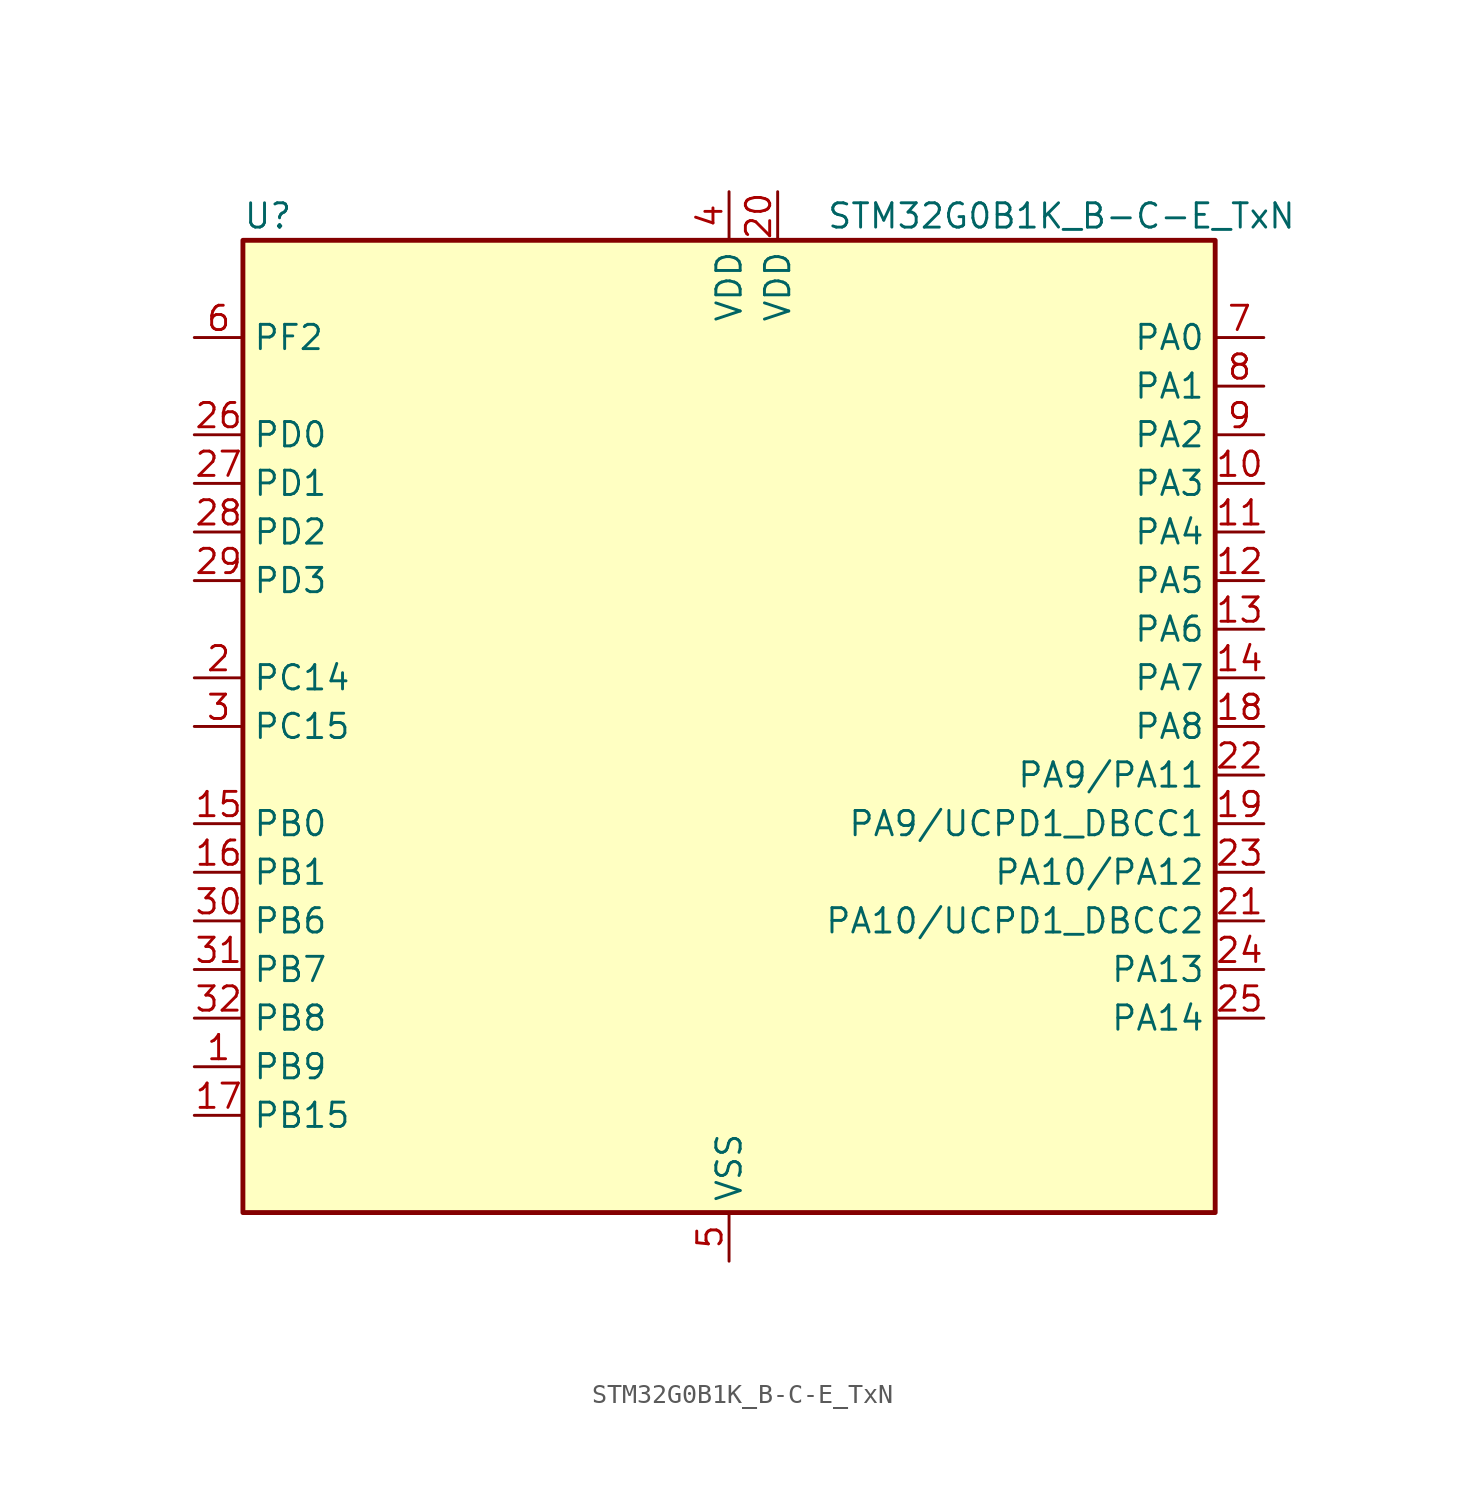
<source format=kicad_sym>
(kicad_symbol_lib
  (version 20231120)
  (generator "kicad-library-utils")
  (generator_version "8.0")
  (symbol "STM32G0B1K_B-C-E_TxN"
    (property "Reference" "U"
      (at -25.4 26.67 0)
      (effects (font (size 1.27 1.27)) (justify left)))
    (property "Value" "STM32G0B1K_B-C-E_TxN"
      (at 5.08 26.67 0)
      (effects (font (size 1.27 1.27)) (justify left)))
    (symbol "STM32G0B1K_B-C-E_TxN_0_1"
      (rectangle (start -25.4 -25.4) (end 25.4 25.4) (stroke (width 0.254) (type default)) (fill (type background))))
    (symbol "STM32G0B1K_B-C-E_TxN_1_1"
      (pin bidirectional line (at -27.94 -17.78 0) (length 2.54) (name "PB9" (effects (font (size 1.27 1.27)))) (number "1" (effects (font (size 1.27 1.27)))) (alternate "DAC1_EXTI9" bidirectional line) (alternate "FDCAN1_TX" bidirectional line) (alternate "I2C1_SDA" bidirectional line) (alternate "I2S2_WS" bidirectional line) (alternate "IR_OUT" bidirectional line) (alternate "SPI2_NSS" bidirectional line) (alternate "TIM17_CH1" bidirectional line) (alternate "TIM4_CH4" bidirectional line) (alternate "UCPD2_FRSTX1" bidirectional line) (alternate "UCPD2_FRSTX2" bidirectional line) (alternate "USART3_RX" bidirectional line) (alternate "USART6_RX" bidirectional line))
      (pin bidirectional line (at 27.94 12.7 180) (length 2.54) (name "PA3" (effects (font (size 1.27 1.27)))) (number "10" (effects (font (size 1.27 1.27)))) (alternate "ADC1_IN3" bidirectional line) (alternate "COMP2_INP" bidirectional line) (alternate "I2S2_MCK" bidirectional line) (alternate "LPUART1_RX" bidirectional line) (alternate "SPI2_MISO" bidirectional line) (alternate "TIM15_CH2" bidirectional line) (alternate "TIM2_CH4" bidirectional line) (alternate "UCPD2_FRSTX1" bidirectional line) (alternate "UCPD2_FRSTX2" bidirectional line) (alternate "USART2_RX" bidirectional line))
      (pin bidirectional line (at 27.94 10.16 180) (length 2.54) (name "PA4" (effects (font (size 1.27 1.27)))) (number "11" (effects (font (size 1.27 1.27)))) (alternate "ADC1_IN4" bidirectional line) (alternate "DAC1_OUT1" bidirectional line) (alternate "I2S1_WS" bidirectional line) (alternate "I2S2_SD" bidirectional line) (alternate "LPTIM2_OUT" bidirectional line) (alternate "RTC_OUT1" bidirectional line) (alternate "RTC_TAMP_IN1" bidirectional line) (alternate "RTC_TS" bidirectional line) (alternate "SPI1_NSS" bidirectional line) (alternate "SPI2_MOSI" bidirectional line) (alternate "SYS_WKUP2" bidirectional line) (alternate "TIM14_CH1" bidirectional line) (alternate "UCPD2_FRSTX1" bidirectional line) (alternate "UCPD2_FRSTX2" bidirectional line) (alternate "USART6_TX" bidirectional line) (alternate "USB_NOE" bidirectional line))
      (pin bidirectional line (at 27.94 7.62 180) (length 2.54) (name "PA5" (effects (font (size 1.27 1.27)))) (number "12" (effects (font (size 1.27 1.27)))) (alternate "ADC1_IN5" bidirectional line) (alternate "CEC" bidirectional line) (alternate "DAC1_OUT2" bidirectional line) (alternate "I2S1_CK" bidirectional line) (alternate "LPTIM2_ETR" bidirectional line) (alternate "SPI1_SCK" bidirectional line) (alternate "TIM2_CH1" bidirectional line) (alternate "TIM2_ETR" bidirectional line) (alternate "UCPD1_FRSTX1" bidirectional line) (alternate "UCPD1_FRSTX2" bidirectional line) (alternate "USART3_TX" bidirectional line) (alternate "USART6_RX" bidirectional line))
      (pin bidirectional line (at 27.94 5.08 180) (length 2.54) (name "PA6" (effects (font (size 1.27 1.27)))) (number "13" (effects (font (size 1.27 1.27)))) (alternate "ADC1_IN6" bidirectional line) (alternate "COMP1_OUT" bidirectional line) (alternate "I2C2_SDA" bidirectional line) (alternate "I2C3_SDA" bidirectional line) (alternate "I2S1_MCK" bidirectional line) (alternate "LPUART1_CTS" bidirectional line) (alternate "SPI1_MISO" bidirectional line) (alternate "TIM16_CH1" bidirectional line) (alternate "TIM1_BK" bidirectional line) (alternate "TIM3_CH1" bidirectional line) (alternate "USART3_CTS" bidirectional line) (alternate "USART3_NSS" bidirectional line) (alternate "USART6_CTS" bidirectional line) (alternate "USART6_NSS" bidirectional line))
      (pin bidirectional line (at 27.94 2.54 180) (length 2.54) (name "PA7" (effects (font (size 1.27 1.27)))) (number "14" (effects (font (size 1.27 1.27)))) (alternate "ADC1_IN7" bidirectional line) (alternate "COMP2_OUT" bidirectional line) (alternate "I2C2_SCL" bidirectional line) (alternate "I2C3_SCL" bidirectional line) (alternate "I2S1_SD" bidirectional line) (alternate "SPI1_MOSI" bidirectional line) (alternate "TIM14_CH1" bidirectional line) (alternate "TIM17_CH1" bidirectional line) (alternate "TIM1_CH1N" bidirectional line) (alternate "TIM3_CH2" bidirectional line) (alternate "UCPD1_FRSTX1" bidirectional line) (alternate "UCPD1_FRSTX2" bidirectional line) (alternate "USART6_CK" bidirectional line) (alternate "USART6_DE" bidirectional line) (alternate "USART6_RTS" bidirectional line))
      (pin bidirectional line (at -27.94 -5.08 0) (length 2.54) (name "PB0" (effects (font (size 1.27 1.27)))) (number "15" (effects (font (size 1.27 1.27)))) (alternate "ADC1_IN8" bidirectional line) (alternate "COMP1_OUT" bidirectional line) (alternate "COMP3_INP" bidirectional line) (alternate "FDCAN2_RX" bidirectional line) (alternate "I2S1_WS" bidirectional line) (alternate "LPTIM1_OUT" bidirectional line) (alternate "LPUART2_CTS" bidirectional line) (alternate "SPI1_NSS" bidirectional line) (alternate "TIM1_CH2N" bidirectional line) (alternate "TIM3_CH3" bidirectional line) (alternate "UCPD1_FRSTX1" bidirectional line) (alternate "UCPD1_FRSTX2" bidirectional line) (alternate "USART3_RX" bidirectional line) (alternate "USART5_TX" bidirectional line))
      (pin bidirectional line (at -27.94 -7.62 0) (length 2.54) (name "PB1" (effects (font (size 1.27 1.27)))) (number "16" (effects (font (size 1.27 1.27)))) (alternate "ADC1_IN9" bidirectional line) (alternate "COMP1_INM" bidirectional line) (alternate "COMP3_OUT" bidirectional line) (alternate "FDCAN2_TX" bidirectional line) (alternate "LPTIM2_IN1" bidirectional line) (alternate "LPUART1_DE" bidirectional line) (alternate "LPUART1_RTS" bidirectional line) (alternate "LPUART2_DE" bidirectional line) (alternate "LPUART2_RTS" bidirectional line) (alternate "TIM14_CH1" bidirectional line) (alternate "TIM1_CH3N" bidirectional line) (alternate "TIM3_CH4" bidirectional line) (alternate "USART3_CK" bidirectional line) (alternate "USART3_DE" bidirectional line) (alternate "USART3_RTS" bidirectional line) (alternate "USART5_RX" bidirectional line))
      (pin bidirectional line (at -27.94 -20.32 0) (length 2.54) (name "PB15" (effects (font (size 1.27 1.27)))) (number "17" (effects (font (size 1.27 1.27)))) (alternate "I2S2_SD" bidirectional line) (alternate "RTC_REFIN" bidirectional line) (alternate "SPI2_MOSI" bidirectional line) (alternate "TIM15_CH1N" bidirectional line) (alternate "TIM15_CH2" bidirectional line) (alternate "TIM1_CH3N" bidirectional line) (alternate "UCPD1_CC2" bidirectional line) (alternate "USART6_CTS" bidirectional line) (alternate "USART6_NSS" bidirectional line))
      (pin bidirectional line (at 27.94 0 180) (length 2.54) (name "PA8" (effects (font (size 1.27 1.27)))) (number "18" (effects (font (size 1.27 1.27)))) (alternate "CRS1_SYNC" bidirectional line) (alternate "I2C2_SMBA" bidirectional line) (alternate "I2S2_WS" bidirectional line) (alternate "LPTIM2_OUT" bidirectional line) (alternate "RCC_MCO" bidirectional line) (alternate "SPI2_NSS" bidirectional line) (alternate "TIM1_CH1" bidirectional line) (alternate "UCPD1_CC1" bidirectional line))
      (pin bidirectional line (at 27.94 -5.08 180) (length 2.54) (name "PA9/UCPD1_DBCC1" (effects (font (size 1.27 1.27)))) (number "19" (effects (font (size 1.27 1.27)))) (alternate "PA9" bidirectional line) (alternate "DAC1_EXTI9 (PA9)" bidirectional line) (alternate "I2C1_SCL (PA9)" bidirectional line) (alternate "I2C2_SCL (PA9)" bidirectional line) (alternate "I2S2_MCK (PA9)" bidirectional line) (alternate "RCC_MCO (PA9)" bidirectional line) (alternate "SPI2_MISO (PA9)" bidirectional line) (alternate "TIM15_BK (PA9)" bidirectional line) (alternate "TIM1_CH2 (PA9)" bidirectional line) (alternate "UCPD1_DBCC1 (PA9)" bidirectional line) (alternate "USART1_TX (PA9)" bidirectional line) (alternate "UCPD1_DBCC1" bidirectional line) (alternate "UCPD1_DBCC1 (UCPD1_DBCC1)" bidirectional line))
      (pin bidirectional line (at -27.94 2.54 0) (length 2.54) (name "PC14" (effects (font (size 1.27 1.27)))) (number "2" (effects (font (size 1.27 1.27)))) (alternate "RCC_OSC32_IN" bidirectional line) (alternate "RCC_OSC_IN" bidirectional line) (alternate "TIM1_BK2" bidirectional line))
      (pin power_in line (at 2.54 27.94 270) (length 2.54) (name "VDD" (effects (font (size 1.27 1.27)))) (number "20" (effects (font (size 1.27 1.27)))))
      (pin bidirectional line (at 27.94 -10.16 180) (length 2.54) (name "PA10/UCPD1_DBCC2" (effects (font (size 1.27 1.27)))) (number "21" (effects (font (size 1.27 1.27)))) (alternate "PA10" bidirectional line) (alternate "I2C1_SDA (PA10)" bidirectional line) (alternate "I2C2_SDA (PA10)" bidirectional line) (alternate "I2S2_SD (PA10)" bidirectional line) (alternate "RCC_MCO_2 (PA10)" bidirectional line) (alternate "SPI2_MOSI (PA10)" bidirectional line) (alternate "TIM17_BK (PA10)" bidirectional line) (alternate "TIM1_CH3 (PA10)" bidirectional line) (alternate "UCPD1_DBCC2 (PA10)" bidirectional line) (alternate "USART1_RX (PA10)" bidirectional line) (alternate "UCPD1_DBCC2" bidirectional line) (alternate "UCPD1_DBCC2 (UCPD1_DBCC2)" bidirectional line))
      (pin bidirectional line (at 27.94 -2.54 180) (length 2.54) (name "PA9/PA11" (effects (font (size 1.27 1.27)))) (number "22" (effects (font (size 1.27 1.27)))) (alternate "PA9" bidirectional line) (alternate "DAC1_EXTI9 (PA9)" bidirectional line) (alternate "I2C1_SCL (PA9)" bidirectional line) (alternate "I2C2_SCL (PA9)" bidirectional line) (alternate "I2S2_MCK (PA9)" bidirectional line) (alternate "RCC_MCO (PA9)" bidirectional line) (alternate "SPI2_MISO (PA9)" bidirectional line) (alternate "TIM15_BK (PA9)" bidirectional line) (alternate "TIM1_CH2 (PA9)" bidirectional line) (alternate "UCPD1_DBCC1 (PA9)" bidirectional line) (alternate "USART1_TX (PA9)" bidirectional line) (alternate "PA11" bidirectional line) (alternate "ADC1_EXTI11 (PA11)" bidirectional line) (alternate "COMP1_OUT (PA11)" bidirectional line) (alternate "FDCAN1_RX (PA11)" bidirectional line) (alternate "I2C2_SCL (PA11)" bidirectional line) (alternate "I2S1_MCK (PA11)" bidirectional line) (alternate "SPI1_MISO (PA11)" bidirectional line) (alternate "TIM1_BK2 (PA11)" bidirectional line) (alternate "TIM1_CH4 (PA11)" bidirectional line) (alternate "USART1_CTS (PA11)" bidirectional line) (alternate "USART1_NSS (PA11)" bidirectional line) (alternate "USB_DM (PA11)" bidirectional line))
      (pin bidirectional line (at 27.94 -7.62 180) (length 2.54) (name "PA10/PA12" (effects (font (size 1.27 1.27)))) (number "23" (effects (font (size 1.27 1.27)))) (alternate "PA10" bidirectional line) (alternate "I2C1_SDA (PA10)" bidirectional line) (alternate "I2C2_SDA (PA10)" bidirectional line) (alternate "I2S2_SD (PA10)" bidirectional line) (alternate "RCC_MCO_2 (PA10)" bidirectional line) (alternate "SPI2_MOSI (PA10)" bidirectional line) (alternate "TIM17_BK (PA10)" bidirectional line) (alternate "TIM1_CH3 (PA10)" bidirectional line) (alternate "UCPD1_DBCC2 (PA10)" bidirectional line) (alternate "USART1_RX (PA10)" bidirectional line) (alternate "PA12" bidirectional line) (alternate "COMP2_OUT (PA12)" bidirectional line) (alternate "FDCAN1_TX (PA12)" bidirectional line) (alternate "I2C2_SDA (PA12)" bidirectional line) (alternate "I2S1_SD (PA12)" bidirectional line) (alternate "I2S_CKIN (PA12)" bidirectional line) (alternate "SPI1_MOSI (PA12)" bidirectional line) (alternate "TIM1_ETR (PA12)" bidirectional line) (alternate "USART1_CK (PA12)" bidirectional line) (alternate "USART1_DE (PA12)" bidirectional line) (alternate "USART1_RTS (PA12)" bidirectional line) (alternate "USB_DP (PA12)" bidirectional line))
      (pin bidirectional line (at 27.94 -12.7 180) (length 2.54) (name "PA13" (effects (font (size 1.27 1.27)))) (number "24" (effects (font (size 1.27 1.27)))) (alternate "IR_OUT" bidirectional line) (alternate "LPUART2_RX" bidirectional line) (alternate "SYS_SWDIO" bidirectional line) (alternate "USB_NOE" bidirectional line))
      (pin bidirectional line (at 27.94 -15.24 180) (length 2.54) (name "PA14" (effects (font (size 1.27 1.27)))) (number "25" (effects (font (size 1.27 1.27)))) (alternate "LPUART2_TX" bidirectional line) (alternate "SYS_SWCLK" bidirectional line) (alternate "USART2_TX" bidirectional line))
      (pin bidirectional line (at -27.94 15.24 0) (length 2.54) (name "PD0" (effects (font (size 1.27 1.27)))) (number "26" (effects (font (size 1.27 1.27)))) (alternate "FDCAN1_RX" bidirectional line) (alternate "I2S2_WS" bidirectional line) (alternate "SPI2_NSS" bidirectional line) (alternate "TIM16_CH1" bidirectional line) (alternate "UCPD2_CC1" bidirectional line))
      (pin bidirectional line (at -27.94 12.7 0) (length 2.54) (name "PD1" (effects (font (size 1.27 1.27)))) (number "27" (effects (font (size 1.27 1.27)))) (alternate "FDCAN1_TX" bidirectional line) (alternate "I2S2_CK" bidirectional line) (alternate "SPI2_SCK" bidirectional line) (alternate "TIM17_CH1" bidirectional line) (alternate "UCPD2_DBCC1" bidirectional line))
      (pin bidirectional line (at -27.94 10.16 0) (length 2.54) (name "PD2" (effects (font (size 1.27 1.27)))) (number "28" (effects (font (size 1.27 1.27)))) (alternate "TIM1_CH1N" bidirectional line) (alternate "TIM3_ETR" bidirectional line) (alternate "UCPD2_CC2" bidirectional line) (alternate "USART3_CK" bidirectional line) (alternate "USART3_DE" bidirectional line) (alternate "USART3_RTS" bidirectional line) (alternate "USART5_RX" bidirectional line))
      (pin bidirectional line (at -27.94 7.62 0) (length 2.54) (name "PD3" (effects (font (size 1.27 1.27)))) (number "29" (effects (font (size 1.27 1.27)))) (alternate "I2S2_MCK" bidirectional line) (alternate "SPI2_MISO" bidirectional line) (alternate "TIM1_CH2N" bidirectional line) (alternate "UCPD2_DBCC2" bidirectional line) (alternate "USART2_CTS" bidirectional line) (alternate "USART2_NSS" bidirectional line) (alternate "USART5_TX" bidirectional line))
      (pin bidirectional line (at -27.94 0 0) (length 2.54) (name "PC15" (effects (font (size 1.27 1.27)))) (number "3" (effects (font (size 1.27 1.27)))) (alternate "RCC_OSC32_EN" bidirectional line) (alternate "RCC_OSC32_OUT" bidirectional line) (alternate "RCC_OSC_EN" bidirectional line) (alternate "TIM15_BK" bidirectional line))
      (pin bidirectional line (at -27.94 -10.16 0) (length 2.54) (name "PB6" (effects (font (size 1.27 1.27)))) (number "30" (effects (font (size 1.27 1.27)))) (alternate "COMP2_INP" bidirectional line) (alternate "FDCAN2_TX" bidirectional line) (alternate "I2C1_SCL" bidirectional line) (alternate "I2S2_MCK" bidirectional line) (alternate "LPTIM1_ETR" bidirectional line) (alternate "LPUART2_TX" bidirectional line) (alternate "SPI2_MISO" bidirectional line) (alternate "TIM16_CH1N" bidirectional line) (alternate "TIM1_CH3" bidirectional line) (alternate "TIM4_CH1" bidirectional line) (alternate "USART1_TX" bidirectional line) (alternate "USART5_CTS" bidirectional line) (alternate "USART5_NSS" bidirectional line))
      (pin bidirectional line (at -27.94 -12.7 0) (length 2.54) (name "PB7" (effects (font (size 1.27 1.27)))) (number "31" (effects (font (size 1.27 1.27)))) (alternate "COMP2_INM" bidirectional line) (alternate "I2C1_SDA" bidirectional line) (alternate "I2S2_SD" bidirectional line) (alternate "LPTIM1_IN2" bidirectional line) (alternate "LPUART2_RX" bidirectional line) (alternate "SPI2_MOSI" bidirectional line) (alternate "SYS_PVD_IN" bidirectional line) (alternate "TIM17_CH1N" bidirectional line) (alternate "TIM4_CH2" bidirectional line) (alternate "USART1_RX" bidirectional line) (alternate "USART4_CTS" bidirectional line) (alternate "USART4_NSS" bidirectional line))
      (pin bidirectional line (at -27.94 -15.24 0) (length 2.54) (name "PB8" (effects (font (size 1.27 1.27)))) (number "32" (effects (font (size 1.27 1.27)))) (alternate "CEC" bidirectional line) (alternate "FDCAN1_RX" bidirectional line) (alternate "I2C1_SCL" bidirectional line) (alternate "I2S2_CK" bidirectional line) (alternate "SPI2_SCK" bidirectional line) (alternate "TIM15_BK" bidirectional line) (alternate "TIM16_CH1" bidirectional line) (alternate "TIM4_CH3" bidirectional line) (alternate "USART3_TX" bidirectional line) (alternate "USART6_TX" bidirectional line))
      (pin power_in line (at 0 27.94 270) (length 2.54) (name "VDD" (effects (font (size 1.27 1.27)))) (number "4" (effects (font (size 1.27 1.27)))))
      (pin power_in line (at 0 -27.94 90) (length 2.54) (name "VSS" (effects (font (size 1.27 1.27)))) (number "5" (effects (font (size 1.27 1.27)))))
      (pin bidirectional line (at -27.94 20.32 0) (length 2.54) (name "PF2" (effects (font (size 1.27 1.27)))) (number "6" (effects (font (size 1.27 1.27)))) (alternate "LPUART2_DE" bidirectional line) (alternate "LPUART2_RTS" bidirectional line) (alternate "LPUART2_TX" bidirectional line) (alternate "RCC_MCO" bidirectional line))
      (pin bidirectional line (at 27.94 20.32 180) (length 2.54) (name "PA0" (effects (font (size 1.27 1.27)))) (number "7" (effects (font (size 1.27 1.27)))) (alternate "ADC1_IN0" bidirectional line) (alternate "COMP1_INM" bidirectional line) (alternate "COMP1_OUT" bidirectional line) (alternate "I2S2_CK" bidirectional line) (alternate "LPTIM1_OUT" bidirectional line) (alternate "RTC_TAMP_IN2" bidirectional line) (alternate "SPI2_SCK" bidirectional line) (alternate "SYS_WKUP1" bidirectional line) (alternate "TIM2_CH1" bidirectional line) (alternate "TIM2_ETR" bidirectional line) (alternate "UCPD2_FRSTX1" bidirectional line) (alternate "UCPD2_FRSTX2" bidirectional line) (alternate "USART2_CTS" bidirectional line) (alternate "USART2_NSS" bidirectional line) (alternate "USART4_TX" bidirectional line))
      (pin bidirectional line (at 27.94 17.78 180) (length 2.54) (name "PA1" (effects (font (size 1.27 1.27)))) (number "8" (effects (font (size 1.27 1.27)))) (alternate "ADC1_IN1" bidirectional line) (alternate "COMP1_INP" bidirectional line) (alternate "I2C1_SMBA" bidirectional line) (alternate "I2S1_CK" bidirectional line) (alternate "SPI1_SCK" bidirectional line) (alternate "TIM15_CH1N" bidirectional line) (alternate "TIM2_CH2" bidirectional line) (alternate "USART2_CK" bidirectional line) (alternate "USART2_DE" bidirectional line) (alternate "USART2_RTS" bidirectional line) (alternate "USART4_RX" bidirectional line))
      (pin bidirectional line (at 27.94 15.24 180) (length 2.54) (name "PA2" (effects (font (size 1.27 1.27)))) (number "9" (effects (font (size 1.27 1.27)))) (alternate "ADC1_IN2" bidirectional line) (alternate "COMP2_INM" bidirectional line) (alternate "COMP2_OUT" bidirectional line) (alternate "I2S1_SD" bidirectional line) (alternate "LPUART1_TX" bidirectional line) (alternate "RCC_LSCO" bidirectional line) (alternate "SPI1_MOSI" bidirectional line) (alternate "SYS_WKUP4" bidirectional line) (alternate "TIM15_CH1" bidirectional line) (alternate "TIM2_CH3" bidirectional line) (alternate "UCPD1_FRSTX1" bidirectional line) (alternate "UCPD1_FRSTX2" bidirectional line) (alternate "USART2_TX" bidirectional line)))))
</source>
